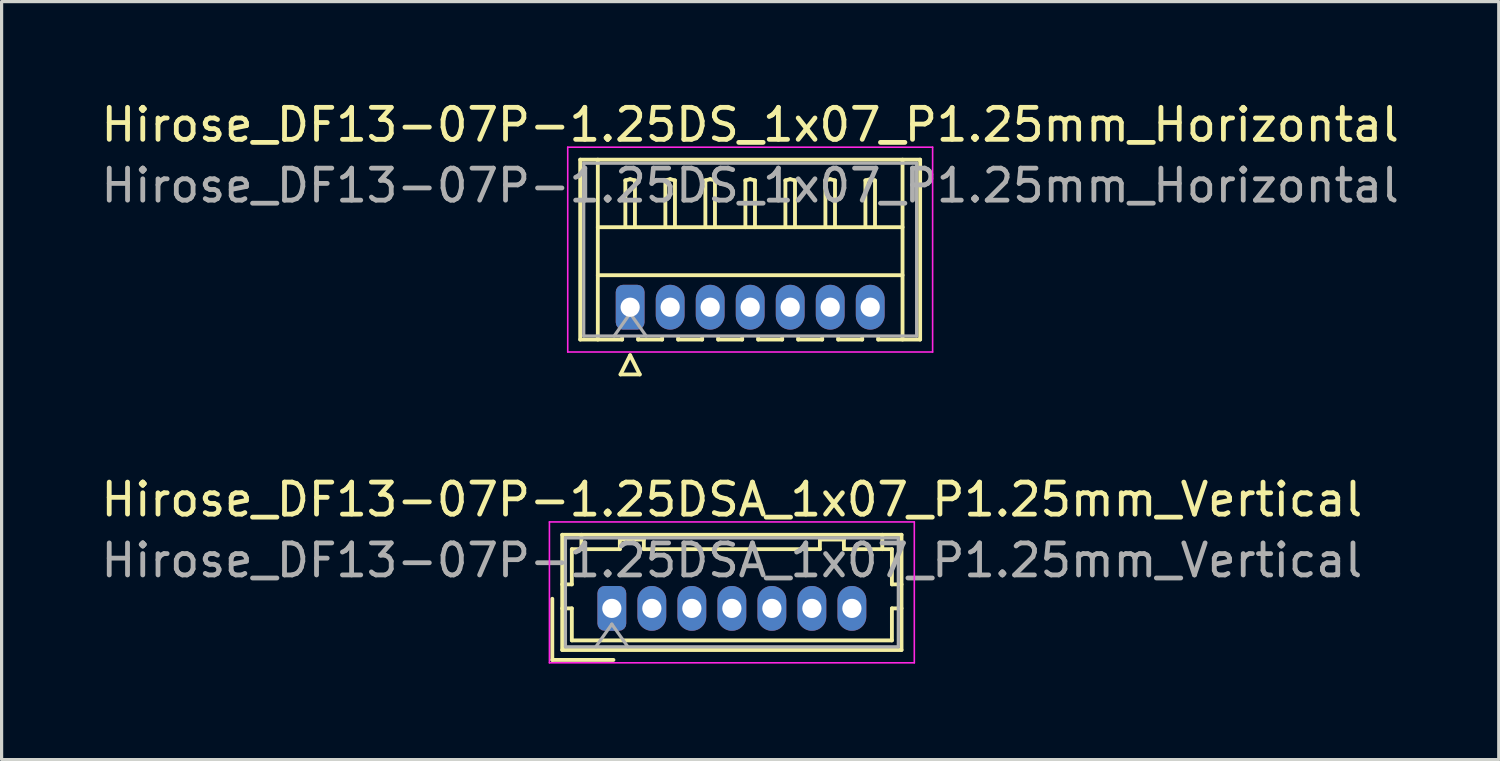
<source format=kicad_pcb>
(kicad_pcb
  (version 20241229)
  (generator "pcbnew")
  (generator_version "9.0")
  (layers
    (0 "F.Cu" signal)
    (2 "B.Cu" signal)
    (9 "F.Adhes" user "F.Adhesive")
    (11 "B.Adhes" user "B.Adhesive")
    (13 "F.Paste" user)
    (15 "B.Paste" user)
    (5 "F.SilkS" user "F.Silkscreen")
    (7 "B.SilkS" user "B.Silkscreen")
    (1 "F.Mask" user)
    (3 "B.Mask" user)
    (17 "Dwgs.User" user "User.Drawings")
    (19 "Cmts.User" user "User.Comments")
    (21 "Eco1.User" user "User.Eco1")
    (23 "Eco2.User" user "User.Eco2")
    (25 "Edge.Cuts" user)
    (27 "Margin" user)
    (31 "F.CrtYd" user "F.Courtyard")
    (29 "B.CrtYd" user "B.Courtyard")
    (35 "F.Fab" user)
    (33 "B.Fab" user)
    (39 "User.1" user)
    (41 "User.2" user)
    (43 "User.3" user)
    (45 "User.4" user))
  (footprint "Hirose_DF13-07P-1.25DS_1x07_P1.25mm_Horizontal"
    (layer "F.Cu")
    (at 16.637 6.548)
    (property "Reference" "Hirose_DF13-07P-1.25DS_1x07_P1.25mm_Horizontal" (at 3.75 -5.7 0) (layer "F.SilkS") (effects (font (size 1 1) (thickness 0.15))))
    (attr through_hole)
    (fp_line (start -1.56 -4.61) (end 9.06 -4.61) (stroke (width 0.12) (type solid)) (layer "F.SilkS"))
    (fp_line (start -1.56 1.01) (end -1.56 -4.61) (stroke (width 0.12) (type solid)) (layer "F.SilkS"))
    (fp_line (start -1.01 -4.61) (end -1.01 1.01) (stroke (width 0.12) (type solid)) (layer "F.SilkS"))
    (fp_line (start -1.01 -2.5) (end 8.51 -2.5) (stroke (width 0.12) (type solid)) (layer "F.SilkS"))
    (fp_line (start -1.01 -1) (end 8.51 -1) (stroke (width 0.12) (type solid)) (layer "F.SilkS"))
    (fp_line (start -0.3 2.1) (end 0.3 2.1) (stroke (width 0.12) (type solid)) (layer "F.SilkS"))
    (fp_line (start -0.25 0.96) (end -0.25 1.01) (stroke (width 0.12) (type solid)) (layer "F.SilkS"))
    (fp_line (start -0.25 1.01) (end -1.56 1.01) (stroke (width 0.12) (type solid)) (layer "F.SilkS"))
    (fp_line (start -0.15 -3.962) (end 0 -4) (stroke (width 0.12) (type solid)) (layer "F.SilkS"))
    (fp_line (start -0.15 -2.5) (end -0.15 -3.962) (stroke (width 0.12) (type solid)) (layer "F.SilkS"))
    (fp_line (start 0 -4) (end 0.15 -3.962) (stroke (width 0.12) (type solid)) (layer "F.SilkS"))
    (fp_line (start 0 1.5) (end -0.3 2.1) (stroke (width 0.12) (type solid)) (layer "F.SilkS"))
    (fp_line (start 0.15 -3.962) (end 0.15 -2.5) (stroke (width 0.12) (type solid)) (layer "F.SilkS"))
    (fp_line (start 0.25 0.96) (end 0.25 1.01) (stroke (width 0.12) (type solid)) (layer "F.SilkS"))
    (fp_line (start 0.25 1.01) (end 1 1.01) (stroke (width 0.12) (type solid)) (layer "F.SilkS"))
    (fp_line (start 0.3 2.1) (end 0 1.5) (stroke (width 0.12) (type solid)) (layer "F.SilkS"))
    (fp_line (start 1 1.01) (end 1 0.96) (stroke (width 0.12) (type solid)) (layer "F.SilkS"))
    (fp_line (start 1.1 -3.962) (end 1.25 -4) (stroke (width 0.12) (type solid)) (layer "F.SilkS"))
    (fp_line (start 1.1 -2.5) (end 1.1 -3.962) (stroke (width 0.12) (type solid)) (layer "F.SilkS"))
    (fp_line (start 1.25 -4) (end 1.4 -3.962) (stroke (width 0.12) (type solid)) (layer "F.SilkS"))
    (fp_line (start 1.4 -3.962) (end 1.4 -2.5) (stroke (width 0.12) (type solid)) (layer "F.SilkS"))
    (fp_line (start 1.5 0.96) (end 1.5 1.01) (stroke (width 0.12) (type solid)) (layer "F.SilkS"))
    (fp_line (start 1.5 1.01) (end 2.25 1.01) (stroke (width 0.12) (type solid)) (layer "F.SilkS"))
    (fp_line (start 2.25 1.01) (end 2.25 0.96) (stroke (width 0.12) (type solid)) (layer "F.SilkS"))
    (fp_line (start 2.35 -3.962) (end 2.5 -4) (stroke (width 0.12) (type solid)) (layer "F.SilkS"))
    (fp_line (start 2.35 -2.5) (end 2.35 -3.962) (stroke (width 0.12) (type solid)) (layer "F.SilkS"))
    (fp_line (start 2.5 -4) (end 2.65 -3.962) (stroke (width 0.12) (type solid)) (layer "F.SilkS"))
    (fp_line (start 2.65 -3.962) (end 2.65 -2.5) (stroke (width 0.12) (type solid)) (layer "F.SilkS"))
    (fp_line (start 2.75 0.96) (end 2.75 1.01) (stroke (width 0.12) (type solid)) (layer "F.SilkS"))
    (fp_line (start 2.75 1.01) (end 3.5 1.01) (stroke (width 0.12) (type solid)) (layer "F.SilkS"))
    (fp_line (start 3.5 1.01) (end 3.5 0.96) (stroke (width 0.12) (type solid)) (layer "F.SilkS"))
    (fp_line (start 3.6 -3.962) (end 3.75 -4) (stroke (width 0.12) (type solid)) (layer "F.SilkS"))
    (fp_line (start 3.6 -2.5) (end 3.6 -3.962) (stroke (width 0.12) (type solid)) (layer "F.SilkS"))
    (fp_line (start 3.75 -4) (end 3.9 -3.962) (stroke (width 0.12) (type solid)) (layer "F.SilkS"))
    (fp_line (start 3.9 -3.962) (end 3.9 -2.5) (stroke (width 0.12) (type solid)) (layer "F.SilkS"))
    (fp_line (start 4 0.96) (end 4 1.01) (stroke (width 0.12) (type solid)) (layer "F.SilkS"))
    (fp_line (start 4 1.01) (end 4.75 1.01) (stroke (width 0.12) (type solid)) (layer "F.SilkS"))
    (fp_line (start 4.75 1.01) (end 4.75 0.96) (stroke (width 0.12) (type solid)) (layer "F.SilkS"))
    (fp_line (start 4.85 -3.962) (end 5 -4) (stroke (width 0.12) (type solid)) (layer "F.SilkS"))
    (fp_line (start 4.85 -2.5) (end 4.85 -3.962) (stroke (width 0.12) (type solid)) (layer "F.SilkS"))
    (fp_line (start 5 -4) (end 5.15 -3.962) (stroke (width 0.12) (type solid)) (layer "F.SilkS"))
    (fp_line (start 5.15 -3.962) (end 5.15 -2.5) (stroke (width 0.12) (type solid)) (layer "F.SilkS"))
    (fp_line (start 5.25 0.96) (end 5.25 1.01) (stroke (width 0.12) (type solid)) (layer "F.SilkS"))
    (fp_line (start 5.25 1.01) (end 6 1.01) (stroke (width 0.12) (type solid)) (layer "F.SilkS"))
    (fp_line (start 6 1.01) (end 6 0.96) (stroke (width 0.12) (type solid)) (layer "F.SilkS"))
    (fp_line (start 6.1 -3.962) (end 6.25 -4) (stroke (width 0.12) (type solid)) (layer "F.SilkS"))
    (fp_line (start 6.1 -2.5) (end 6.1 -3.962) (stroke (width 0.12) (type solid)) (layer "F.SilkS"))
    (fp_line (start 6.25 -4) (end 6.4 -3.962) (stroke (width 0.12) (type solid)) (layer "F.SilkS"))
    (fp_line (start 6.4 -3.962) (end 6.4 -2.5) (stroke (width 0.12) (type solid)) (layer "F.SilkS"))
    (fp_line (start 6.5 0.96) (end 6.5 1.01) (stroke (width 0.12) (type solid)) (layer "F.SilkS"))
    (fp_line (start 6.5 1.01) (end 7.25 1.01) (stroke (width 0.12) (type solid)) (layer "F.SilkS"))
    (fp_line (start 7.25 1.01) (end 7.25 0.96) (stroke (width 0.12) (type solid)) (layer "F.SilkS"))
    (fp_line (start 7.35 -3.962) (end 7.5 -4) (stroke (width 0.12) (type solid)) (layer "F.SilkS"))
    (fp_line (start 7.35 -2.5) (end 7.35 -3.962) (stroke (width 0.12) (type solid)) (layer "F.SilkS"))
    (fp_line (start 7.5 -4) (end 7.65 -3.962) (stroke (width 0.12) (type solid)) (layer "F.SilkS"))
    (fp_line (start 7.65 -3.962) (end 7.65 -2.5) (stroke (width 0.12) (type solid)) (layer "F.SilkS"))
    (fp_line (start 7.75 1.01) (end 7.75 0.96) (stroke (width 0.12) (type solid)) (layer "F.SilkS"))
    (fp_line (start 8.51 -4.61) (end 8.51 1.01) (stroke (width 0.12) (type solid)) (layer "F.SilkS"))
    (fp_line (start 9.06 -4.61) (end 9.06 1.01) (stroke (width 0.12) (type solid)) (layer "F.SilkS"))
    (fp_line (start 9.06 1.01) (end 7.75 1.01) (stroke (width 0.12) (type solid)) (layer "F.SilkS"))
    (fp_line (start -1.95 -5) (end -1.95 1.4) (stroke (width 0.05) (type solid)) (layer "F.CrtYd"))
    (fp_line (start -1.95 1.4) (end 9.45 1.4) (stroke (width 0.05) (type solid)) (layer "F.CrtYd"))
    (fp_line (start 9.45 -5) (end -1.95 -5) (stroke (width 0.05) (type solid)) (layer "F.CrtYd"))
    (fp_line (start 9.45 1.4) (end 9.45 -5) (stroke (width 0.05) (type solid)) (layer "F.CrtYd"))
    (fp_line (start -1.45 -4.5) (end -1.45 0.9) (stroke (width 0.1) (type solid)) (layer "F.Fab"))
    (fp_line (start -1.45 0.9) (end 8.95 0.9) (stroke (width 0.1) (type solid)) (layer "F.Fab"))
    (fp_line (start -0.5 0.9) (end 0 0.193) (stroke (width 0.1) (type solid)) (layer "F.Fab"))
    (fp_line (start 0 0.193) (end 0.5 0.9) (stroke (width 0.1) (type solid)) (layer "F.Fab"))
    (fp_line (start 8.95 -4.5) (end -1.45 -4.5) (stroke (width 0.1) (type solid)) (layer "F.Fab"))
    (fp_line (start 8.95 0.9) (end 8.95 -4.5) (stroke (width 0.1) (type solid)) (layer "F.Fab"))
    (fp_text user "${REFERENCE}" (at 3.75 -3.8 0) (layer "F.Fab") (effects (font (size 1 1) (thickness 0.15))))
    (pad "1" thru_hole roundrect (at 0 0) (size 0.9 1.4) (drill 0.6) (layers "*.Cu" "*.Mask") (roundrect_rratio 0.25))
    (pad "2" thru_hole oval (at 1.25 0) (size 0.9 1.4) (drill 0.6) (layers "*.Cu" "*.Mask"))
    (pad "3" thru_hole oval (at 2.5 0) (size 0.9 1.4) (drill 0.6) (layers "*.Cu" "*.Mask"))
    (pad "4" thru_hole oval (at 3.75 0) (size 0.9 1.4) (drill 0.6) (layers "*.Cu" "*.Mask"))
    (pad "5" thru_hole oval (at 5 0) (size 0.9 1.4) (drill 0.6) (layers "*.Cu" "*.Mask"))
    (pad "6" thru_hole oval (at 6.25 0) (size 0.9 1.4) (drill 0.6) (layers "*.Cu" "*.Mask"))
    (pad "7" thru_hole oval (at 7.5 0) (size 0.9 1.4) (drill 0.6) (layers "*.Cu" "*.Mask")))
  (footprint "Hirose_DF13-07P-1.25DSA_1x07_P1.25mm_Vertical"
    (layer "F.Cu")
    (at 16.065 15.957)
    (property "Reference" "Hirose_DF13-07P-1.25DSA_1x07_P1.25mm_Vertical" (at 3.75 -3.4 0) (layer "F.SilkS") (effects (font (size 1 1) (thickness 0.15))))
    (attr through_hole)
    (fp_line (start -1.86 -0.3) (end -1.86 1.61) (stroke (width 0.12) (type solid)) (layer "F.SilkS"))
    (fp_line (start -1.86 1.61) (end 0.05 1.61) (stroke (width 0.12) (type solid)) (layer "F.SilkS"))
    (fp_line (start -1.55 -2.3) (end -1.55 1.3) (stroke (width 0.12) (type solid)) (layer "F.SilkS"))
    (fp_line (start -1.55 -0.75) (end -1.25 -0.75) (stroke (width 0.12) (type solid)) (layer "F.SilkS"))
    (fp_line (start -1.55 0) (end -1.25 0) (stroke (width 0.12) (type solid)) (layer "F.SilkS"))
    (fp_line (start -1.55 1.3) (end 9.05 1.3) (stroke (width 0.12) (type solid)) (layer "F.SilkS"))
    (fp_line (start -1.25 -1.85) (end -0.95 -1.85) (stroke (width 0.12) (type solid)) (layer "F.SilkS"))
    (fp_line (start -1.25 -0.75) (end -1.25 -1.85) (stroke (width 0.12) (type solid)) (layer "F.SilkS"))
    (fp_line (start -1.25 0) (end -1.25 1) (stroke (width 0.12) (type solid)) (layer "F.SilkS"))
    (fp_line (start -1.25 1) (end 8.75 1) (stroke (width 0.12) (type solid)) (layer "F.SilkS"))
    (fp_line (start -0.95 -1.85) (end -0.95 -2.3) (stroke (width 0.12) (type solid)) (layer "F.SilkS"))
    (fp_line (start -0.95 -1.85) (end 0.25 -1.85) (stroke (width 0.12) (type solid)) (layer "F.SilkS"))
    (fp_line (start 0.25 -2.15) (end 1 -2.15) (stroke (width 0.12) (type solid)) (layer "F.SilkS"))
    (fp_line (start 0.25 -1.85) (end 0.25 -2.15) (stroke (width 0.12) (type solid)) (layer "F.SilkS"))
    (fp_line (start 1 -2.15) (end 1 -1.85) (stroke (width 0.12) (type solid)) (layer "F.SilkS"))
    (fp_line (start 1 -1.85) (end 6.5 -1.85) (stroke (width 0.12) (type solid)) (layer "F.SilkS"))
    (fp_line (start 6.5 -2.15) (end 7.25 -2.15) (stroke (width 0.12) (type solid)) (layer "F.SilkS"))
    (fp_line (start 6.5 -1.85) (end 6.5 -2.15) (stroke (width 0.12) (type solid)) (layer "F.SilkS"))
    (fp_line (start 7.25 -2.15) (end 7.25 -1.85) (stroke (width 0.12) (type solid)) (layer "F.SilkS"))
    (fp_line (start 7.25 -1.85) (end 8.45 -1.85) (stroke (width 0.12) (type solid)) (layer "F.SilkS"))
    (fp_line (start 8.45 -1.85) (end 8.45 -2.3) (stroke (width 0.12) (type solid)) (layer "F.SilkS"))
    (fp_line (start 8.75 -1.85) (end 8.45 -1.85) (stroke (width 0.12) (type solid)) (layer "F.SilkS"))
    (fp_line (start 8.75 -0.75) (end 8.75 -1.85) (stroke (width 0.12) (type solid)) (layer "F.SilkS"))
    (fp_line (start 8.75 0) (end 9.05 0) (stroke (width 0.12) (type solid)) (layer "F.SilkS"))
    (fp_line (start 8.75 1) (end 8.75 0) (stroke (width 0.12) (type solid)) (layer "F.SilkS"))
    (fp_line (start 9.05 -2.3) (end -1.55 -2.3) (stroke (width 0.12) (type solid)) (layer "F.SilkS"))
    (fp_line (start 9.05 -0.75) (end 8.75 -0.75) (stroke (width 0.12) (type solid)) (layer "F.SilkS"))
    (fp_line (start 9.05 1.3) (end 9.05 -2.3) (stroke (width 0.12) (type solid)) (layer "F.SilkS"))
    (fp_line (start -1.95 -2.7) (end -1.95 1.7) (stroke (width 0.05) (type solid)) (layer "F.CrtYd"))
    (fp_line (start -1.95 1.7) (end 9.45 1.7) (stroke (width 0.05) (type solid)) (layer "F.CrtYd"))
    (fp_line (start 9.45 -2.7) (end -1.95 -2.7) (stroke (width 0.05) (type solid)) (layer "F.CrtYd"))
    (fp_line (start 9.45 1.7) (end 9.45 -2.7) (stroke (width 0.05) (type solid)) (layer "F.CrtYd"))
    (fp_line (start -1.45 -2.2) (end -1.45 1.2) (stroke (width 0.1) (type solid)) (layer "F.Fab"))
    (fp_line (start -1.45 1.2) (end 8.95 1.2) (stroke (width 0.1) (type solid)) (layer "F.Fab"))
    (fp_line (start -0.5 1.2) (end 0 0.493) (stroke (width 0.1) (type solid)) (layer "F.Fab"))
    (fp_line (start 0 0.493) (end 0.5 1.2) (stroke (width 0.1) (type solid)) (layer "F.Fab"))
    (fp_line (start 8.95 -2.2) (end -1.45 -2.2) (stroke (width 0.1) (type solid)) (layer "F.Fab"))
    (fp_line (start 8.95 1.2) (end 8.95 -2.2) (stroke (width 0.1) (type solid)) (layer "F.Fab"))
    (fp_text user "${REFERENCE}" (at 3.75 -1.5 0) (layer "F.Fab") (effects (font (size 1 1) (thickness 0.15))))
    (pad "1" thru_hole roundrect (at 0 0) (size 0.9 1.4) (drill 0.6) (layers "*.Cu" "*.Mask") (roundrect_rratio 0.25))
    (pad "2" thru_hole oval (at 1.25 0) (size 0.9 1.4) (drill 0.6) (layers "*.Cu" "*.Mask"))
    (pad "3" thru_hole oval (at 2.5 0) (size 0.9 1.4) (drill 0.6) (layers "*.Cu" "*.Mask"))
    (pad "4" thru_hole oval (at 3.75 0) (size 0.9 1.4) (drill 0.6) (layers "*.Cu" "*.Mask"))
    (pad "5" thru_hole oval (at 5 0) (size 0.9 1.4) (drill 0.6) (layers "*.Cu" "*.Mask"))
    (pad "6" thru_hole oval (at 6.25 0) (size 0.9 1.4) (drill 0.6) (layers "*.Cu" "*.Mask"))
    (pad "7" thru_hole oval (at 7.5 0) (size 0.9 1.4) (drill 0.6) (layers "*.Cu" "*.Mask")))
  (gr_rect
    (start -3 -3)
    (end 43.774 20.681)
    (stroke (width 0.1) (type default))
    (fill no)
    (layer "Edge.Cuts")))
</source>
